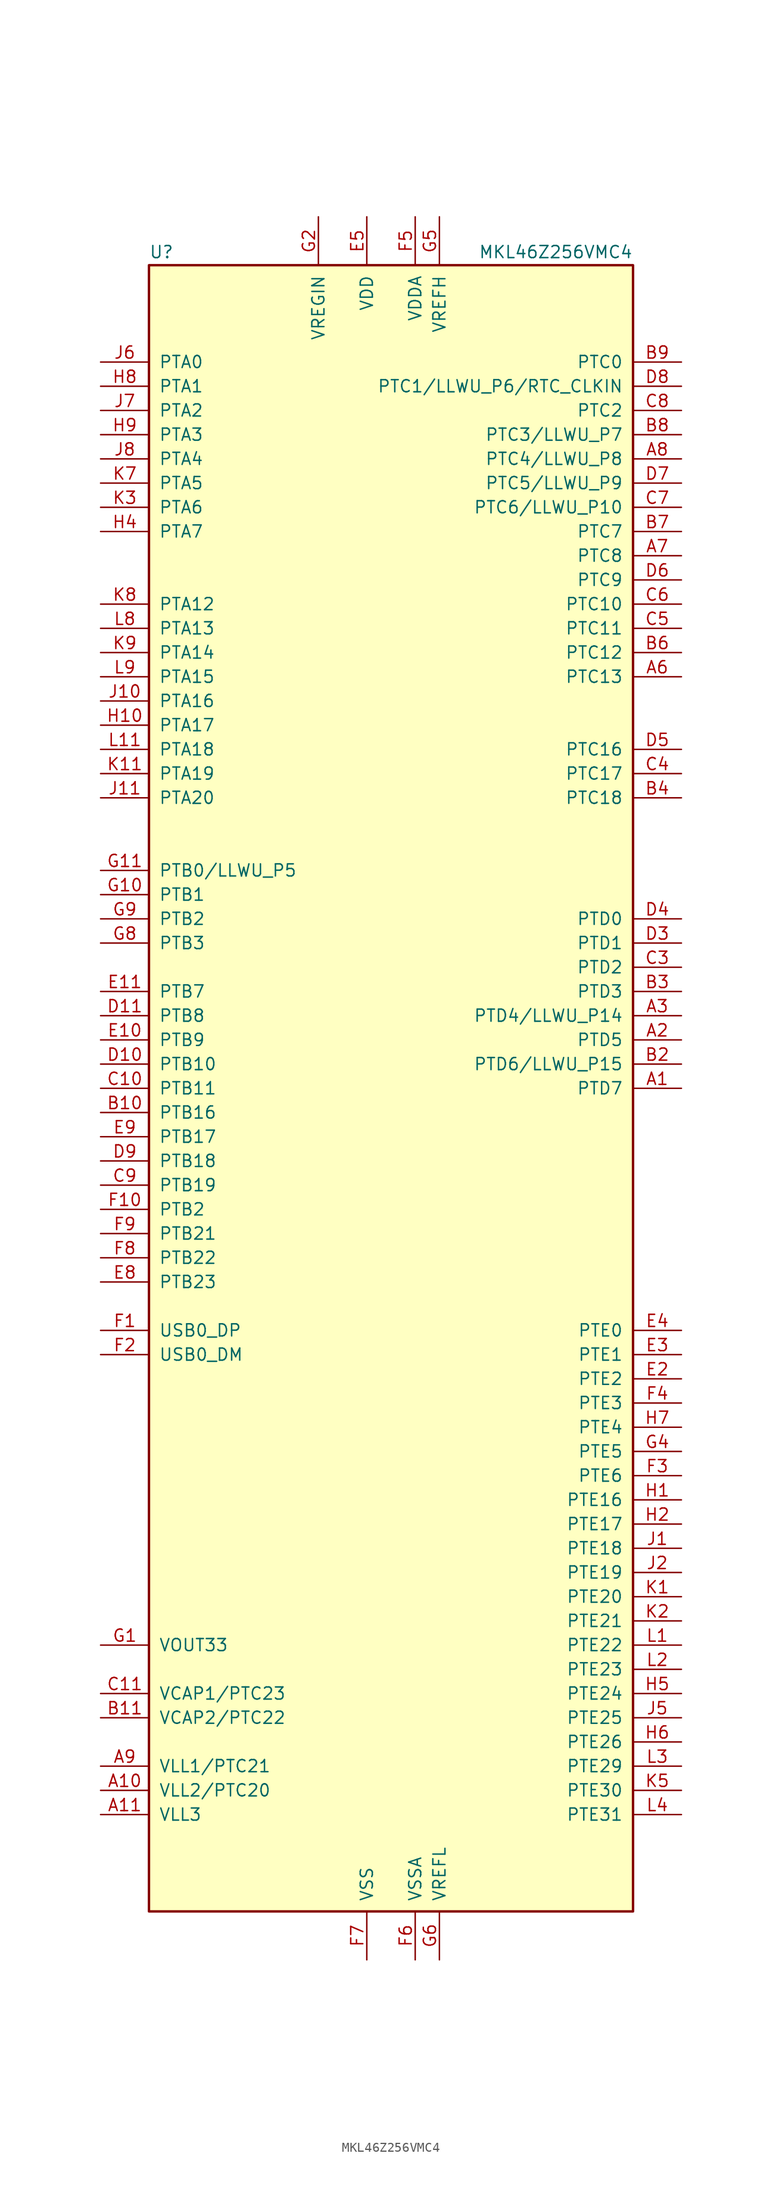
<source format=kicad_sym>
(kicad_symbol_lib
  (version 20241209)
  (generator "kicad_symbol_editor")
  (generator_version "9.0")
  (symbol "MKL46Z256VMC4"
    (pin_names
      (offset 1.016))
    (property "Reference" "U"
      (at -25.4 86.995 0)
      (effects (font (size 1.27 1.27)) (justify left bottom)))
    (property "Value" "MKL46Z256VMC4"
      (at 25.4 86.995 0)
      (effects (font (size 1.27 1.27)) (justify right bottom)))
    (symbol "MKL46Z256VMC4_0_1"
      (rectangle (start -25.4 86.36) (end 25.4 -86.36) (stroke (width 0.254) (type default)) (fill (type background))))
    (symbol "MKL46Z256VMC4_1_1"
      (pin bidirectional line (at -30.48 76.2 0) (length 5.08) (name "PTA0" (effects (font (size 1.27 1.27)))) (number "J6" (effects (font (size 1.27 1.27)))))
      (pin bidirectional line (at -30.48 73.66 0) (length 5.08) (name "PTA1" (effects (font (size 1.27 1.27)))) (number "H8" (effects (font (size 1.27 1.27)))))
      (pin bidirectional line (at -30.48 71.12 0) (length 5.08) (name "PTA2" (effects (font (size 1.27 1.27)))) (number "J7" (effects (font (size 1.27 1.27)))))
      (pin bidirectional line (at -30.48 68.58 0) (length 5.08) (name "PTA3" (effects (font (size 1.27 1.27)))) (number "H9" (effects (font (size 1.27 1.27)))))
      (pin bidirectional line (at -30.48 66.04 0) (length 5.08) (name "PTA4" (effects (font (size 1.27 1.27)))) (number "J8" (effects (font (size 1.27 1.27)))))
      (pin bidirectional line (at -30.48 63.5 0) (length 5.08) (name "PTA5" (effects (font (size 1.27 1.27)))) (number "K7" (effects (font (size 1.27 1.27)))))
      (pin bidirectional line (at -30.48 60.96 0) (length 5.08) (name "PTA6" (effects (font (size 1.27 1.27)))) (number "K3" (effects (font (size 1.27 1.27)))))
      (pin bidirectional line (at -30.48 58.42 0) (length 5.08) (name "PTA7" (effects (font (size 1.27 1.27)))) (number "H4" (effects (font (size 1.27 1.27)))))
      (pin bidirectional line (at -30.48 50.8 0) (length 5.08) (name "PTA12" (effects (font (size 1.27 1.27)))) (number "K8" (effects (font (size 1.27 1.27)))))
      (pin bidirectional line (at -30.48 48.26 0) (length 5.08) (name "PTA13" (effects (font (size 1.27 1.27)))) (number "L8" (effects (font (size 1.27 1.27)))))
      (pin bidirectional line (at -30.48 45.72 0) (length 5.08) (name "PTA14" (effects (font (size 1.27 1.27)))) (number "K9" (effects (font (size 1.27 1.27)))))
      (pin bidirectional line (at -30.48 43.18 0) (length 5.08) (name "PTA15" (effects (font (size 1.27 1.27)))) (number "L9" (effects (font (size 1.27 1.27)))))
      (pin bidirectional line (at -30.48 40.64 0) (length 5.08) (name "PTA16" (effects (font (size 1.27 1.27)))) (number "J10" (effects (font (size 1.27 1.27)))))
      (pin bidirectional line (at -30.48 38.1 0) (length 5.08) (name "PTA17" (effects (font (size 1.27 1.27)))) (number "H10" (effects (font (size 1.27 1.27)))))
      (pin bidirectional line (at -30.48 35.56 0) (length 5.08) (name "PTA18" (effects (font (size 1.27 1.27)))) (number "L11" (effects (font (size 1.27 1.27)))))
      (pin bidirectional line (at -30.48 33.02 0) (length 5.08) (name "PTA19" (effects (font (size 1.27 1.27)))) (number "K11" (effects (font (size 1.27 1.27)))))
      (pin bidirectional line (at -30.48 30.48 0) (length 5.08) (name "PTA20" (effects (font (size 1.27 1.27)))) (number "J11" (effects (font (size 1.27 1.27)))))
      (pin bidirectional line (at -30.48 22.86 0) (length 5.08) (name "PTB0/LLWU_P5" (effects (font (size 1.27 1.27)))) (number "G11" (effects (font (size 1.27 1.27)))))
      (pin bidirectional line (at -30.48 20.32 0) (length 5.08) (name "PTB1" (effects (font (size 1.27 1.27)))) (number "G10" (effects (font (size 1.27 1.27)))))
      (pin bidirectional line (at -30.48 17.78 0) (length 5.08) (name "PTB2" (effects (font (size 1.27 1.27)))) (number "G9" (effects (font (size 1.27 1.27)))))
      (pin bidirectional line (at -30.48 15.24 0) (length 5.08) (name "PTB3" (effects (font (size 1.27 1.27)))) (number "G8" (effects (font (size 1.27 1.27)))))
      (pin bidirectional line (at -30.48 10.16 0) (length 5.08) (name "PTB7" (effects (font (size 1.27 1.27)))) (number "E11" (effects (font (size 1.27 1.27)))))
      (pin bidirectional line (at -30.48 7.62 0) (length 5.08) (name "PTB8" (effects (font (size 1.27 1.27)))) (number "D11" (effects (font (size 1.27 1.27)))))
      (pin bidirectional line (at -30.48 5.08 0) (length 5.08) (name "PTB9" (effects (font (size 1.27 1.27)))) (number "E10" (effects (font (size 1.27 1.27)))))
      (pin bidirectional line (at -30.48 2.54 0) (length 5.08) (name "PTB10" (effects (font (size 1.27 1.27)))) (number "D10" (effects (font (size 1.27 1.27)))))
      (pin bidirectional line (at -30.48 0 0) (length 5.08) (name "PTB11" (effects (font (size 1.27 1.27)))) (number "C10" (effects (font (size 1.27 1.27)))))
      (pin bidirectional line (at -30.48 -2.54 0) (length 5.08) (name "PTB16" (effects (font (size 1.27 1.27)))) (number "B10" (effects (font (size 1.27 1.27)))))
      (pin bidirectional line (at -30.48 -5.08 0) (length 5.08) (name "PTB17" (effects (font (size 1.27 1.27)))) (number "E9" (effects (font (size 1.27 1.27)))))
      (pin bidirectional line (at -30.48 -7.62 0) (length 5.08) (name "PTB18" (effects (font (size 1.27 1.27)))) (number "D9" (effects (font (size 1.27 1.27)))))
      (pin bidirectional line (at -30.48 -10.16 0) (length 5.08) (name "PTB19" (effects (font (size 1.27 1.27)))) (number "C9" (effects (font (size 1.27 1.27)))))
      (pin bidirectional line (at -30.48 -12.7 0) (length 5.08) (name "PTB2" (effects (font (size 1.27 1.27)))) (number "F10" (effects (font (size 1.27 1.27)))))
      (pin bidirectional line (at -30.48 -15.24 0) (length 5.08) (name "PTB21" (effects (font (size 1.27 1.27)))) (number "F9" (effects (font (size 1.27 1.27)))))
      (pin bidirectional line (at -30.48 -17.78 0) (length 5.08) (name "PTB22" (effects (font (size 1.27 1.27)))) (number "F8" (effects (font (size 1.27 1.27)))))
      (pin bidirectional line (at -30.48 -20.32 0) (length 5.08) (name "PTB23" (effects (font (size 1.27 1.27)))) (number "E8" (effects (font (size 1.27 1.27)))))
      (pin bidirectional line (at -30.48 -25.4 0) (length 5.08) (name "USB0_DP" (effects (font (size 1.27 1.27)))) (number "F1" (effects (font (size 1.27 1.27)))))
      (pin bidirectional line (at -30.48 -27.94 0) (length 5.08) (name "USB0_DM" (effects (font (size 1.27 1.27)))) (number "F2" (effects (font (size 1.27 1.27)))))
      (pin power_out line (at -30.48 -58.42 0) (length 5.08) (name "VOUT33" (effects (font (size 1.27 1.27)))) (number "G1" (effects (font (size 1.27 1.27)))))
      (pin passive line (at -30.48 -63.5 0) (length 5.08) (name "VCAP1/PTC23" (effects (font (size 1.27 1.27)))) (number "C11" (effects (font (size 1.27 1.27)))))
      (pin passive line (at -30.48 -66.04 0) (length 5.08) (name "VCAP2/PTC22" (effects (font (size 1.27 1.27)))) (number "B11" (effects (font (size 1.27 1.27)))))
      (pin power_out line (at -30.48 -71.12 0) (length 5.08) (name "VLL1/PTC21" (effects (font (size 1.27 1.27)))) (number "A9" (effects (font (size 1.27 1.27)))))
      (pin power_out line (at -30.48 -73.66 0) (length 5.08) (name "VLL2/PTC20" (effects (font (size 1.27 1.27)))) (number "A10" (effects (font (size 1.27 1.27)))))
      (pin power_out line (at -30.48 -76.2 0) (length 5.08) (name "VLL3" (effects (font (size 1.27 1.27)))) (number "A11" (effects (font (size 1.27 1.27)))))
      (pin no_connect line (at -25.4 55.88 0) (length 5.08) (hide yes) (name "NC" (effects (font (size 1.27 1.27)))) (number "J9" (effects (font (size 1.27 1.27)))))
      (pin no_connect line (at -25.4 53.34 0) (length 5.08) (hide yes) (name "NC" (effects (font (size 1.27 1.27)))) (number "J4" (effects (font (size 1.27 1.27)))))
      (pin no_connect line (at -25.4 27.94 0) (length 5.08) (hide yes) (name "NC" (effects (font (size 1.27 1.27)))) (number "H11" (effects (font (size 1.27 1.27)))))
      (pin no_connect line (at -25.4 12.7 0) (length 5.08) (hide yes) (name "NC" (effects (font (size 1.27 1.27)))) (number "F11" (effects (font (size 1.27 1.27)))))
      (pin no_connect line (at -25.4 -45.72 0) (length 5.08) (hide yes) (name "NC" (effects (font (size 1.27 1.27)))) (number "H3" (effects (font (size 1.27 1.27)))))
      (pin no_connect line (at -25.4 -48.26 0) (length 5.08) (hide yes) (name "NC" (effects (font (size 1.27 1.27)))) (number "J3" (effects (font (size 1.27 1.27)))))
      (pin no_connect line (at -25.4 -50.8 0) (length 5.08) (hide yes) (name "NC" (effects (font (size 1.27 1.27)))) (number "K4" (effects (font (size 1.27 1.27)))))
      (pin no_connect line (at -25.4 -53.34 0) (length 5.08) (hide yes) (name "NC" (effects (font (size 1.27 1.27)))) (number "L7" (effects (font (size 1.27 1.27)))))
      (pin power_in line (at -7.62 91.44 270) (length 5.08) (name "VREGIN" (effects (font (size 1.27 1.27)))) (number "G2" (effects (font (size 1.27 1.27)))))
      (pin power_in line (at -2.54 91.44 270) (length 5.08) (name "VDD" (effects (font (size 1.27 1.27)))) (number "E5" (effects (font (size 1.27 1.27)))))
      (pin passive line (at -2.54 91.44 270) (length 5.08) (hide yes) (name "VDD" (effects (font (size 1.27 1.27)))) (number "E6" (effects (font (size 1.27 1.27)))))
      (pin passive line (at -2.54 91.44 270) (length 5.08) (hide yes) (name "VDD" (effects (font (size 1.27 1.27)))) (number "E7" (effects (font (size 1.27 1.27)))))
      (pin passive line (at -2.54 91.44 270) (length 5.08) (hide yes) (name "VDD" (effects (font (size 1.27 1.27)))) (number "K6" (effects (font (size 1.27 1.27)))))
      (pin passive line (at -2.54 91.44 270) (length 5.08) (hide yes) (name "VDD" (effects (font (size 1.27 1.27)))) (number "L10" (effects (font (size 1.27 1.27)))))
      (pin power_in line (at -2.54 -91.44 90) (length 5.08) (name "VSS" (effects (font (size 1.27 1.27)))) (number "F7" (effects (font (size 1.27 1.27)))))
      (pin passive line (at -2.54 -91.44 90) (length 5.08) (hide yes) (name "VSS" (effects (font (size 1.27 1.27)))) (number "G3" (effects (font (size 1.27 1.27)))))
      (pin passive line (at -2.54 -91.44 90) (length 5.08) (hide yes) (name "VSS" (effects (font (size 1.27 1.27)))) (number "G7" (effects (font (size 1.27 1.27)))))
      (pin passive line (at -2.54 -91.44 90) (length 5.08) (hide yes) (name "VSS" (effects (font (size 1.27 1.27)))) (number "K10" (effects (font (size 1.27 1.27)))))
      (pin passive line (at -2.54 -91.44 90) (length 5.08) (hide yes) (name "VSS" (effects (font (size 1.27 1.27)))) (number "L5" (effects (font (size 1.27 1.27)))))
      (pin passive line (at -2.54 -91.44 90) (length 5.08) (hide yes) (name "VSS" (effects (font (size 1.27 1.27)))) (number "L6" (effects (font (size 1.27 1.27)))))
      (pin power_in line (at 2.54 91.44 270) (length 5.08) (name "VDDA" (effects (font (size 1.27 1.27)))) (number "F5" (effects (font (size 1.27 1.27)))))
      (pin power_in line (at 2.54 -91.44 90) (length 5.08) (name "VSSA" (effects (font (size 1.27 1.27)))) (number "F6" (effects (font (size 1.27 1.27)))))
      (pin power_in line (at 5.08 91.44 270) (length 5.08) (name "VREFH" (effects (font (size 1.27 1.27)))) (number "G5" (effects (font (size 1.27 1.27)))))
      (pin power_in line (at 5.08 -91.44 90) (length 5.08) (name "VREFL" (effects (font (size 1.27 1.27)))) (number "G6" (effects (font (size 1.27 1.27)))))
      (pin no_connect line (at 25.4 40.64 180) (length 5.08) (hide yes) (name "NC" (effects (font (size 1.27 1.27)))) (number "A5" (effects (font (size 1.27 1.27)))))
      (pin no_connect line (at 25.4 38.1 180) (length 5.08) (hide yes) (name "NC" (effects (font (size 1.27 1.27)))) (number "B5" (effects (font (size 1.27 1.27)))))
      (pin no_connect line (at 25.4 27.94 180) (length 5.08) (hide yes) (name "NC" (effects (font (size 1.27 1.27)))) (number "A4" (effects (font (size 1.27 1.27)))))
      (pin no_connect line (at 25.4 -7.62 180) (length 5.08) (hide yes) (name "NC" (effects (font (size 1.27 1.27)))) (number "B1" (effects (font (size 1.27 1.27)))))
      (pin no_connect line (at 25.4 -10.16 180) (length 5.08) (hide yes) (name "NC" (effects (font (size 1.27 1.27)))) (number "C2" (effects (font (size 1.27 1.27)))))
      (pin no_connect line (at 25.4 -12.7 180) (length 5.08) (hide yes) (name "NC" (effects (font (size 1.27 1.27)))) (number "C1" (effects (font (size 1.27 1.27)))))
      (pin no_connect line (at 25.4 -15.24 180) (length 5.08) (hide yes) (name "NC" (effects (font (size 1.27 1.27)))) (number "D2" (effects (font (size 1.27 1.27)))))
      (pin no_connect line (at 25.4 -17.78 180) (length 5.08) (hide yes) (name "NC" (effects (font (size 1.27 1.27)))) (number "D1" (effects (font (size 1.27 1.27)))))
      (pin no_connect line (at 25.4 -20.32 180) (length 5.08) (hide yes) (name "NC" (effects (font (size 1.27 1.27)))) (number "E1" (effects (font (size 1.27 1.27)))))
      (pin bidirectional line (at 30.48 76.2 180) (length 5.08) (name "PTC0" (effects (font (size 1.27 1.27)))) (number "B9" (effects (font (size 1.27 1.27)))))
      (pin bidirectional line (at 30.48 73.66 180) (length 5.08) (name "PTC1/LLWU_P6/RTC_CLKIN" (effects (font (size 1.27 1.27)))) (number "D8" (effects (font (size 1.27 1.27)))))
      (pin bidirectional line (at 30.48 71.12 180) (length 5.08) (name "PTC2" (effects (font (size 1.27 1.27)))) (number "C8" (effects (font (size 1.27 1.27)))))
      (pin bidirectional line (at 30.48 68.58 180) (length 5.08) (name "PTC3/LLWU_P7" (effects (font (size 1.27 1.27)))) (number "B8" (effects (font (size 1.27 1.27)))))
      (pin bidirectional line (at 30.48 66.04 180) (length 5.08) (name "PTC4/LLWU_P8" (effects (font (size 1.27 1.27)))) (number "A8" (effects (font (size 1.27 1.27)))))
      (pin bidirectional line (at 30.48 63.5 180) (length 5.08) (name "PTC5/LLWU_P9" (effects (font (size 1.27 1.27)))) (number "D7" (effects (font (size 1.27 1.27)))))
      (pin bidirectional line (at 30.48 60.96 180) (length 5.08) (name "PTC6/LLWU_P10" (effects (font (size 1.27 1.27)))) (number "C7" (effects (font (size 1.27 1.27)))))
      (pin bidirectional line (at 30.48 58.42 180) (length 5.08) (name "PTC7" (effects (font (size 1.27 1.27)))) (number "B7" (effects (font (size 1.27 1.27)))))
      (pin bidirectional line (at 30.48 55.88 180) (length 5.08) (name "PTC8" (effects (font (size 1.27 1.27)))) (number "A7" (effects (font (size 1.27 1.27)))))
      (pin bidirectional line (at 30.48 53.34 180) (length 5.08) (name "PTC9" (effects (font (size 1.27 1.27)))) (number "D6" (effects (font (size 1.27 1.27)))))
      (pin bidirectional line (at 30.48 50.8 180) (length 5.08) (name "PTC10" (effects (font (size 1.27 1.27)))) (number "C6" (effects (font (size 1.27 1.27)))))
      (pin bidirectional line (at 30.48 48.26 180) (length 5.08) (name "PTC11" (effects (font (size 1.27 1.27)))) (number "C5" (effects (font (size 1.27 1.27)))))
      (pin bidirectional line (at 30.48 45.72 180) (length 5.08) (name "PTC12" (effects (font (size 1.27 1.27)))) (number "B6" (effects (font (size 1.27 1.27)))))
      (pin bidirectional line (at 30.48 43.18 180) (length 5.08) (name "PTC13" (effects (font (size 1.27 1.27)))) (number "A6" (effects (font (size 1.27 1.27)))))
      (pin bidirectional line (at 30.48 35.56 180) (length 5.08) (name "PTC16" (effects (font (size 1.27 1.27)))) (number "D5" (effects (font (size 1.27 1.27)))))
      (pin bidirectional line (at 30.48 33.02 180) (length 5.08) (name "PTC17" (effects (font (size 1.27 1.27)))) (number "C4" (effects (font (size 1.27 1.27)))))
      (pin bidirectional line (at 30.48 30.48 180) (length 5.08) (name "PTC18" (effects (font (size 1.27 1.27)))) (number "B4" (effects (font (size 1.27 1.27)))))
      (pin bidirectional line (at 30.48 17.78 180) (length 5.08) (name "PTD0" (effects (font (size 1.27 1.27)))) (number "D4" (effects (font (size 1.27 1.27)))))
      (pin bidirectional line (at 30.48 15.24 180) (length 5.08) (name "PTD1" (effects (font (size 1.27 1.27)))) (number "D3" (effects (font (size 1.27 1.27)))))
      (pin bidirectional line (at 30.48 12.7 180) (length 5.08) (name "PTD2" (effects (font (size 1.27 1.27)))) (number "C3" (effects (font (size 1.27 1.27)))))
      (pin bidirectional line (at 30.48 10.16 180) (length 5.08) (name "PTD3" (effects (font (size 1.27 1.27)))) (number "B3" (effects (font (size 1.27 1.27)))))
      (pin bidirectional line (at 30.48 7.62 180) (length 5.08) (name "PTD4/LLWU_P14" (effects (font (size 1.27 1.27)))) (number "A3" (effects (font (size 1.27 1.27)))))
      (pin bidirectional line (at 30.48 5.08 180) (length 5.08) (name "PTD5" (effects (font (size 1.27 1.27)))) (number "A2" (effects (font (size 1.27 1.27)))))
      (pin bidirectional line (at 30.48 2.54 180) (length 5.08) (name "PTD6/LLWU_P15" (effects (font (size 1.27 1.27)))) (number "B2" (effects (font (size 1.27 1.27)))))
      (pin bidirectional line (at 30.48 0 180) (length 5.08) (name "PTD7" (effects (font (size 1.27 1.27)))) (number "A1" (effects (font (size 1.27 1.27)))))
      (pin bidirectional line (at 30.48 -25.4 180) (length 5.08) (name "PTE0" (effects (font (size 1.27 1.27)))) (number "E4" (effects (font (size 1.27 1.27)))))
      (pin bidirectional line (at 30.48 -27.94 180) (length 5.08) (name "PTE1" (effects (font (size 1.27 1.27)))) (number "E3" (effects (font (size 1.27 1.27)))))
      (pin bidirectional line (at 30.48 -30.48 180) (length 5.08) (name "PTE2" (effects (font (size 1.27 1.27)))) (number "E2" (effects (font (size 1.27 1.27)))))
      (pin bidirectional line (at 30.48 -33.02 180) (length 5.08) (name "PTE3" (effects (font (size 1.27 1.27)))) (number "F4" (effects (font (size 1.27 1.27)))))
      (pin bidirectional line (at 30.48 -35.56 180) (length 5.08) (name "PTE4" (effects (font (size 1.27 1.27)))) (number "H7" (effects (font (size 1.27 1.27)))))
      (pin bidirectional line (at 30.48 -38.1 180) (length 5.08) (name "PTE5" (effects (font (size 1.27 1.27)))) (number "G4" (effects (font (size 1.27 1.27)))))
      (pin bidirectional line (at 30.48 -40.64 180) (length 5.08) (name "PTE6" (effects (font (size 1.27 1.27)))) (number "F3" (effects (font (size 1.27 1.27)))))
      (pin bidirectional line (at 30.48 -43.18 180) (length 5.08) (name "PTE16" (effects (font (size 1.27 1.27)))) (number "H1" (effects (font (size 1.27 1.27)))))
      (pin bidirectional line (at 30.48 -45.72 180) (length 5.08) (name "PTE17" (effects (font (size 1.27 1.27)))) (number "H2" (effects (font (size 1.27 1.27)))))
      (pin bidirectional line (at 30.48 -48.26 180) (length 5.08) (name "PTE18" (effects (font (size 1.27 1.27)))) (number "J1" (effects (font (size 1.27 1.27)))))
      (pin bidirectional line (at 30.48 -50.8 180) (length 5.08) (name "PTE19" (effects (font (size 1.27 1.27)))) (number "J2" (effects (font (size 1.27 1.27)))))
      (pin bidirectional line (at 30.48 -53.34 180) (length 5.08) (name "PTE20" (effects (font (size 1.27 1.27)))) (number "K1" (effects (font (size 1.27 1.27)))))
      (pin bidirectional line (at 30.48 -55.88 180) (length 5.08) (name "PTE21" (effects (font (size 1.27 1.27)))) (number "K2" (effects (font (size 1.27 1.27)))))
      (pin bidirectional line (at 30.48 -58.42 180) (length 5.08) (name "PTE22" (effects (font (size 1.27 1.27)))) (number "L1" (effects (font (size 1.27 1.27)))))
      (pin bidirectional line (at 30.48 -60.96 180) (length 5.08) (name "PTE23" (effects (font (size 1.27 1.27)))) (number "L2" (effects (font (size 1.27 1.27)))))
      (pin bidirectional line (at 30.48 -63.5 180) (length 5.08) (name "PTE24" (effects (font (size 1.27 1.27)))) (number "H5" (effects (font (size 1.27 1.27)))))
      (pin bidirectional line (at 30.48 -66.04 180) (length 5.08) (name "PTE25" (effects (font (size 1.27 1.27)))) (number "J5" (effects (font (size 1.27 1.27)))))
      (pin bidirectional line (at 30.48 -68.58 180) (length 5.08) (name "PTE26" (effects (font (size 1.27 1.27)))) (number "H6" (effects (font (size 1.27 1.27)))))
      (pin bidirectional line (at 30.48 -71.12 180) (length 5.08) (name "PTE29" (effects (font (size 1.27 1.27)))) (number "L3" (effects (font (size 1.27 1.27)))))
      (pin bidirectional line (at 30.48 -73.66 180) (length 5.08) (name "PTE30" (effects (font (size 1.27 1.27)))) (number "K5" (effects (font (size 1.27 1.27)))))
      (pin bidirectional line (at 30.48 -76.2 180) (length 5.08) (name "PTE31" (effects (font (size 1.27 1.27)))) (number "L4" (effects (font (size 1.27 1.27))))))))
</source>
